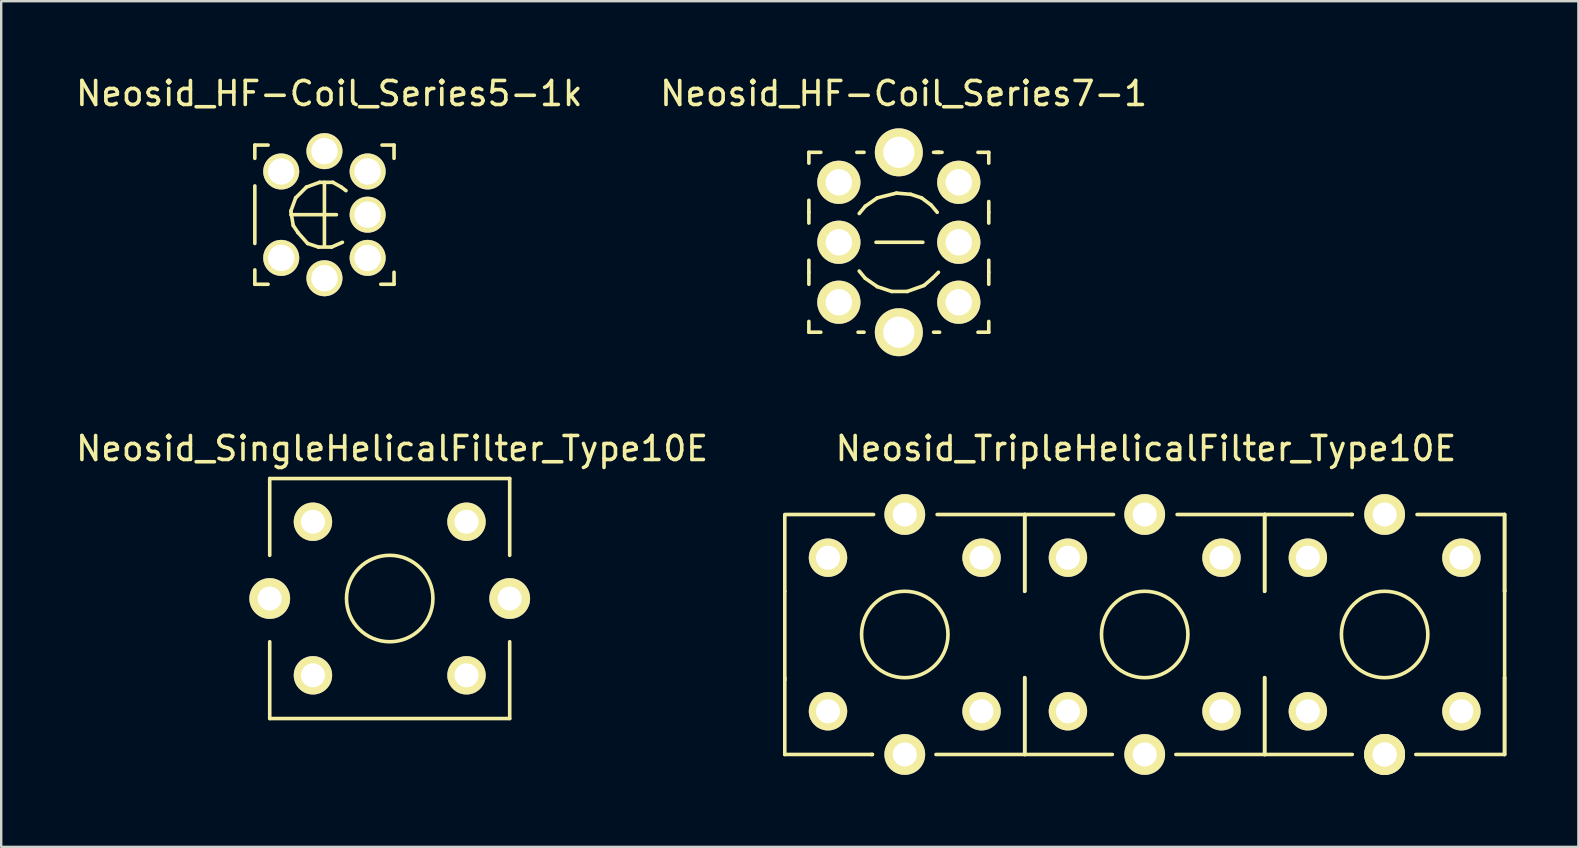
<source format=kicad_pcb>
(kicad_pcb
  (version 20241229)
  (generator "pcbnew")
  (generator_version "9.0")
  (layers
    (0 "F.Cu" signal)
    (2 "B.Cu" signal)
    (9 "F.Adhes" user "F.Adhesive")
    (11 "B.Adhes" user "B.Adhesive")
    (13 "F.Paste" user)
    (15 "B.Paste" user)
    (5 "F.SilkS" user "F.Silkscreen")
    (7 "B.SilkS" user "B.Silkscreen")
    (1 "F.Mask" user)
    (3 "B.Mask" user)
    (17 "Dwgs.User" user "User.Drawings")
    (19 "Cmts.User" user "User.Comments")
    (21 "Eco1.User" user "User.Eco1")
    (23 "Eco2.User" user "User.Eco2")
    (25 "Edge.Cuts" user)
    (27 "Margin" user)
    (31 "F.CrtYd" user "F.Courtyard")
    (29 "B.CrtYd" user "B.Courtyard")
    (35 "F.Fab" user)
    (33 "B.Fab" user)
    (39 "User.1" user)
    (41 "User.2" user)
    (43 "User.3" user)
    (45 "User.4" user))
  (footprint "Neosid_SingleHelicalFilter_Type10E"
    (layer "F.Cu")
    (at 13.193 21.896)
    (property "Reference" "Neosid_SingleHelicalFilter_Type10E" (at 0.099 -6.251 0) (layer "F.SilkS") (effects (font (size 1 1) (thickness 0.15))))
    (attr through_hole)
    (fp_line (start -5.001 -5.001) (end -5.001 -1.801) (stroke (width 0.15) (type solid)) (layer "F.SilkS"))
    (fp_line (start -5.001 1.801) (end -5.001 5.001) (stroke (width 0.15) (type solid)) (layer "F.SilkS"))
    (fp_line (start -5.001 5.001) (end 5.001 5.001) (stroke (width 0.15) (type solid)) (layer "F.SilkS"))
    (fp_line (start 5.001 -5.001) (end -5.001 -5.001) (stroke (width 0.15) (type solid)) (layer "F.SilkS"))
    (fp_line (start 5.001 -1.801) (end 5.001 -5.001) (stroke (width 0.15) (type solid)) (layer "F.SilkS"))
    (fp_line (start 5.001 5.001) (end 5.001 1.801) (stroke (width 0.15) (type solid)) (layer "F.SilkS"))
    (fp_circle (center 0 0) (end 1.801 0) (stroke (width 0.15) (type solid)) (fill no) (layer "F.SilkS"))
    (pad "1" thru_hole circle (at 3.2 3.2 90) (size 1.6 1.6) (drill 1.001) (layers "*.Cu" "*.Mask" "F.SilkS"))
    (pad "2" thru_hole circle (at 3.2 -3.2 90) (size 1.6 1.6) (drill 1.001) (layers "*.Cu" "*.Mask" "F.SilkS"))
    (pad "4" thru_hole circle (at -3.2 -3.2 90) (size 1.6 1.6) (drill 1.001) (layers "*.Cu" "*.Mask" "F.SilkS"))
    (pad "5" thru_hole circle (at -3.2 3.2 90) (size 1.6 1.6) (drill 1.001) (layers "*.Cu" "*.Mask" "F.SilkS"))
    (pad "~" thru_hole circle (at -5.001 0 90) (size 1.699 1.699) (drill 1.001) (layers "*.Cu" "*.Mask" "F.SilkS"))
    (pad "~" thru_hole circle (at 5.001 0 90) (size 1.699 1.699) (drill 1.001) (layers "*.Cu" "*.Mask" "F.SilkS")))
  (footprint "Neosid_HF-Coil_Series7-1"
    (layer "F.Cu")
    (at 34.412 7.048)
    (property "Reference" "Neosid_HF-Coil_Series7-1" (at 0.201 -6.2 0) (layer "F.SilkS") (effects (font (size 1 1) (thickness 0.15))))
    (attr through_hole)
    (fp_line (start -3.749 -3.749) (end -3.749 -3.299) (stroke (width 0.15) (type solid)) (layer "F.SilkS"))
    (fp_line (start -3.749 -3.749) (end -3.251 -3.749) (stroke (width 0.15) (type solid)) (layer "F.SilkS"))
    (fp_line (start -3.749 -1.25) (end -3.749 -1.75) (stroke (width 0.15) (type solid)) (layer "F.SilkS"))
    (fp_line (start -3.749 -1.25) (end -3.749 -0.8) (stroke (width 0.15) (type solid)) (layer "F.SilkS"))
    (fp_line (start -3.749 1.25) (end -3.749 0.749) (stroke (width 0.15) (type solid)) (layer "F.SilkS"))
    (fp_line (start -3.749 1.25) (end -3.749 1.75) (stroke (width 0.15) (type solid)) (layer "F.SilkS"))
    (fp_line (start -3.749 3.749) (end -3.749 3.299) (stroke (width 0.15) (type solid)) (layer "F.SilkS"))
    (fp_line (start -3.749 3.749) (end -3.251 3.749) (stroke (width 0.15) (type solid)) (layer "F.SilkS"))
    (fp_line (start -1.699 3.749) (end -1.45 3.749) (stroke (width 0.15) (type solid)) (layer "F.SilkS"))
    (fp_line (start -1.651 1.199) (end -1.4 1.501) (stroke (width 0.15) (type solid)) (layer "F.SilkS"))
    (fp_line (start -1.45 -3.749) (end -1.75 -3.749) (stroke (width 0.15) (type solid)) (layer "F.SilkS"))
    (fp_line (start -1.4 -1.501) (end -1.651 -1.199) (stroke (width 0.15) (type solid)) (layer "F.SilkS"))
    (fp_line (start -1.4 1.501) (end -0.899 1.849) (stroke (width 0.15) (type solid)) (layer "F.SilkS"))
    (fp_line (start -0.95 0) (end 1.001 0) (stroke (width 0.15) (type solid)) (layer "F.SilkS"))
    (fp_line (start -0.899 -1.849) (end -1.4 -1.501) (stroke (width 0.15) (type solid)) (layer "F.SilkS"))
    (fp_line (start -0.899 1.849) (end -0.3 2.05) (stroke (width 0.15) (type solid)) (layer "F.SilkS"))
    (fp_line (start -0.3 2.05) (end 0.351 2.05) (stroke (width 0.15) (type solid)) (layer "F.SilkS"))
    (fp_line (start -0.099 -2.05) (end -0.899 -1.849) (stroke (width 0.15) (type solid)) (layer "F.SilkS"))
    (fp_line (start 0.351 2.05) (end 1.049 1.801) (stroke (width 0.15) (type solid)) (layer "F.SilkS"))
    (fp_line (start 0.5 -1.999) (end -0.099 -2.05) (stroke (width 0.15) (type solid)) (layer "F.SilkS"))
    (fp_line (start 0.95 -1.849) (end 0.5 -1.999) (stroke (width 0.15) (type solid)) (layer "F.SilkS"))
    (fp_line (start 1.049 1.801) (end 1.4 1.501) (stroke (width 0.15) (type solid)) (layer "F.SilkS"))
    (fp_line (start 1.349 -1.549) (end 0.95 -1.849) (stroke (width 0.15) (type solid)) (layer "F.SilkS"))
    (fp_line (start 1.4 1.501) (end 1.651 1.25) (stroke (width 0.15) (type solid)) (layer "F.SilkS"))
    (fp_line (start 1.45 3.749) (end 1.699 3.749) (stroke (width 0.15) (type solid)) (layer "F.SilkS"))
    (fp_line (start 1.549 -3.749) (end 1.651 -3.749) (stroke (width 0.15) (type solid)) (layer "F.SilkS"))
    (fp_line (start 1.6 -1.25) (end 1.349 -1.549) (stroke (width 0.15) (type solid)) (layer "F.SilkS"))
    (fp_line (start 1.651 -3.749) (end 1.801 -3.749) (stroke (width 0.15) (type solid)) (layer "F.SilkS"))
    (fp_line (start 1.699 -3.749) (end 1.448 -3.749) (stroke (width 0.15) (type solid)) (layer "F.SilkS"))
    (fp_line (start 3.749 -3.749) (end 3.299 -3.749) (stroke (width 0.15) (type solid)) (layer "F.SilkS"))
    (fp_line (start 3.749 -3.749) (end 3.749 -3.299) (stroke (width 0.15) (type solid)) (layer "F.SilkS"))
    (fp_line (start 3.749 -1.25) (end 3.749 -1.699) (stroke (width 0.15) (type solid)) (layer "F.SilkS"))
    (fp_line (start 3.749 -1.25) (end 3.749 -0.8) (stroke (width 0.15) (type solid)) (layer "F.SilkS"))
    (fp_line (start 3.749 1.25) (end 3.749 0.749) (stroke (width 0.15) (type solid)) (layer "F.SilkS"))
    (fp_line (start 3.749 1.25) (end 3.749 1.75) (stroke (width 0.15) (type solid)) (layer "F.SilkS"))
    (fp_line (start 3.749 3.749) (end 3.299 3.749) (stroke (width 0.15) (type solid)) (layer "F.SilkS"))
    (fp_line (start 3.749 3.749) (end 3.749 3.299) (stroke (width 0.15) (type solid)) (layer "F.SilkS"))
    (pad "1" thru_hole circle (at -2.499 -2.499 90) (size 1.801 1.801) (drill 1.1) (layers "*.Cu" "*.Mask" "F.SilkS"))
    (pad "2" thru_hole circle (at -2.499 0 90) (size 1.801 1.801) (drill 1.1) (layers "*.Cu" "*.Mask" "F.SilkS"))
    (pad "3" thru_hole circle (at -2.499 2.499 90) (size 1.801 1.801) (drill 1.1) (layers "*.Cu" "*.Mask" "F.SilkS"))
    (pad "4" thru_hole circle (at 2.499 2.499 90) (size 1.801 1.801) (drill 1.1) (layers "*.Cu" "*.Mask" "F.SilkS"))
    (pad "5" thru_hole circle (at 2.499 0 90) (size 1.801 1.801) (drill 1.1) (layers "*.Cu" "*.Mask" "F.SilkS"))
    (pad "6" thru_hole circle (at 2.499 -2.499 90) (size 1.801 1.801) (drill 1.1) (layers "*.Cu" "*.Mask" "F.SilkS"))
    (pad "~" thru_hole circle (at 0 -3.749 90) (size 1.999 1.999) (drill 1.3) (layers "*.Cu" "*.Mask" "F.SilkS"))
    (pad "~" thru_hole circle (at 0 3.749 90) (size 1.999 1.999) (drill 1.3) (layers "*.Cu" "*.Mask" "F.SilkS")))
  (footprint "Neosid_HF-Coil_Series5-1k"
    (layer "F.Cu")
    (at 10.472 5.898)
    (property "Reference" "Neosid_HF-Coil_Series5-1k" (at 0.201 -5.05 0) (layer "F.SilkS") (effects (font (size 1 1) (thickness 0.15))))
    (attr through_hole)
    (fp_line (start -2.901 -2.901) (end -2.901 -2.349) (stroke (width 0.15) (type solid)) (layer "F.SilkS"))
    (fp_line (start -2.901 -2.901) (end -2.349 -2.901) (stroke (width 0.15) (type solid)) (layer "F.SilkS"))
    (fp_line (start -2.901 1.199) (end -2.901 -1.199) (stroke (width 0.15) (type solid)) (layer "F.SilkS"))
    (fp_line (start -2.901 2.901) (end -2.901 2.301) (stroke (width 0.15) (type solid)) (layer "F.SilkS"))
    (fp_line (start -2.901 2.901) (end -2.349 2.901) (stroke (width 0.15) (type solid)) (layer "F.SilkS"))
    (fp_line (start -1.4 -0.15) (end -1.3 0.45) (stroke (width 0.15) (type solid)) (layer "F.SilkS"))
    (fp_line (start -1.4 0) (end 0.5 0) (stroke (width 0.15) (type solid)) (layer "F.SilkS"))
    (fp_line (start -1.3 0.45) (end -1.1 0.749) (stroke (width 0.15) (type solid)) (layer "F.SilkS"))
    (fp_line (start -1.199 -0.701) (end -1.4 -0.15) (stroke (width 0.15) (type solid)) (layer "F.SilkS"))
    (fp_line (start -1.1 0.749) (end -0.701 1.199) (stroke (width 0.15) (type solid)) (layer "F.SilkS"))
    (fp_line (start -0.749 -1.151) (end -1.199 -0.701) (stroke (width 0.15) (type solid)) (layer "F.SilkS"))
    (fp_line (start -0.701 1.199) (end -0.249 1.349) (stroke (width 0.15) (type solid)) (layer "F.SilkS"))
    (fp_line (start -0.249 1.349) (end 0.3 1.349) (stroke (width 0.15) (type solid)) (layer "F.SilkS"))
    (fp_line (start -0.201 -1.349) (end -0.749 -1.151) (stroke (width 0.15) (type solid)) (layer "F.SilkS"))
    (fp_line (start 0 -1.349) (end 0 1.3) (stroke (width 0.15) (type solid)) (layer "F.SilkS"))
    (fp_line (start 0.3 1.349) (end 0.749 1.151) (stroke (width 0.15) (type solid)) (layer "F.SilkS"))
    (fp_line (start 0.351 -1.349) (end -0.201 -1.349) (stroke (width 0.15) (type solid)) (layer "F.SilkS"))
    (fp_line (start 0.701 -1.151) (end 0.351 -1.349) (stroke (width 0.15) (type solid)) (layer "F.SilkS"))
    (fp_line (start 0.899 -1.001) (end 0.701 -1.151) (stroke (width 0.15) (type solid)) (layer "F.SilkS"))
    (fp_line (start 2.901 -2.901) (end 2.4 -2.901) (stroke (width 0.15) (type solid)) (layer "F.SilkS"))
    (fp_line (start 2.901 -2.901) (end 2.901 -2.349) (stroke (width 0.15) (type solid)) (layer "F.SilkS"))
    (fp_line (start 2.901 2.901) (end 2.349 2.901) (stroke (width 0.15) (type solid)) (layer "F.SilkS"))
    (fp_line (start 2.901 2.901) (end 2.901 2.4) (stroke (width 0.15) (type solid)) (layer "F.SilkS"))
    (pad "1" thru_hole circle (at -1.801 -1.801 90) (size 1.501 1.501) (drill 1.1) (layers "*.Cu" "*.Mask" "F.SilkS"))
    (pad "2" thru_hole circle (at 0 -2.649 90) (size 1.501 1.501) (drill 1.1) (layers "*.Cu" "*.Mask" "F.SilkS"))
    (pad "2" thru_hole circle (at 1.801 -1.801 90) (size 1.501 1.501) (drill 1.1) (layers "*.Cu" "*.Mask" "F.SilkS"))
    (pad "3" thru_hole circle (at 1.801 0 90) (size 1.501 1.501) (drill 1.1) (layers "*.Cu" "*.Mask" "F.SilkS"))
    (pad "4" thru_hole circle (at 1.801 1.801 90) (size 1.501 1.501) (drill 1.1) (layers "*.Cu" "*.Mask" "F.SilkS"))
    (pad "5" thru_hole circle (at 0 2.649 90) (size 1.501 1.501) (drill 1.1) (layers "*.Cu" "*.Mask" "F.SilkS"))
    (pad "6" thru_hole circle (at -1.801 1.801 90) (size 1.501 1.501) (drill 1.1) (layers "*.Cu" "*.Mask" "F.SilkS")))
  (footprint "Neosid_TripleHelicalFilter_Type10E"
    (layer "F.Cu")
    (at 44.66 23.395)
    (property "Reference" "Neosid_TripleHelicalFilter_Type10E" (at 0.051 -7.75 0) (layer "F.SilkS") (effects (font (size 1 1) (thickness 0.15))))
    (attr through_hole)
    (fp_line (start -15.001 -5.001) (end -15.001 -1.801) (stroke (width 0.15) (type solid)) (layer "F.SilkS"))
    (fp_line (start -15.001 -1.801) (end -15.001 1.9) (stroke (width 0.15) (type solid)) (layer "F.SilkS"))
    (fp_line (start -15.001 1.801) (end -15.001 5.001) (stroke (width 0.15) (type solid)) (layer "F.SilkS"))
    (fp_line (start -15.001 5.001) (end -11.349 5.001) (stroke (width 0.15) (type solid)) (layer "F.SilkS"))
    (fp_line (start -11.349 5.001) (end -11.4 5.001) (stroke (width 0.15) (type solid)) (layer "F.SilkS"))
    (fp_line (start -11.3 -5.001) (end -14.95 -5.001) (stroke (width 0.15) (type solid)) (layer "F.SilkS"))
    (fp_line (start -8.7 5.001) (end -1.349 5.001) (stroke (width 0.15) (type solid)) (layer "F.SilkS"))
    (fp_line (start -5.001 -5.001) (end -5.001 -1.801) (stroke (width 0.15) (type solid)) (layer "F.SilkS"))
    (fp_line (start -5.001 1.801) (end -5.001 5.001) (stroke (width 0.15) (type solid)) (layer "F.SilkS"))
    (fp_line (start -4.999 -1.801) (end -4.999 -5.001) (stroke (width 0.15) (type solid)) (layer "F.SilkS"))
    (fp_line (start -4.999 5.001) (end -4.999 1.801) (stroke (width 0.15) (type solid)) (layer "F.SilkS"))
    (fp_line (start -1.3 -5.001) (end -8.651 -5.001) (stroke (width 0.15) (type solid)) (layer "F.SilkS"))
    (fp_line (start 1.3 5.001) (end 5.001 5.001) (stroke (width 0.15) (type solid)) (layer "F.SilkS"))
    (fp_line (start 4.999 -5.001) (end 4.999 -1.801) (stroke (width 0.15) (type solid)) (layer "F.SilkS"))
    (fp_line (start 4.999 1.801) (end 4.999 5.001) (stroke (width 0.15) (type solid)) (layer "F.SilkS"))
    (fp_line (start 5.001 -5.001) (end 1.351 -5.001) (stroke (width 0.15) (type solid)) (layer "F.SilkS"))
    (fp_line (start 5.001 -5.001) (end 8.651 -5.001) (stroke (width 0.15) (type solid)) (layer "F.SilkS"))
    (fp_line (start 5.001 -1.801) (end 5.001 -5.001) (stroke (width 0.15) (type solid)) (layer "F.SilkS"))
    (fp_line (start 5.001 5.001) (end 5.001 1.801) (stroke (width 0.15) (type solid)) (layer "F.SilkS"))
    (fp_line (start 5.001 5.001) (end 8.651 5.001) (stroke (width 0.15) (type solid)) (layer "F.SilkS"))
    (fp_line (start 8.651 -5.001) (end 8.6 -5.001) (stroke (width 0.15) (type solid)) (layer "F.SilkS"))
    (fp_line (start 11.3 5.001) (end 15.001 5.001) (stroke (width 0.15) (type solid)) (layer "F.SilkS"))
    (fp_line (start 11.351 -5.001) (end 15.001 -5.001) (stroke (width 0.15) (type solid)) (layer "F.SilkS"))
    (fp_line (start 14.999 -5.001) (end 14.999 -1.801) (stroke (width 0.15) (type solid)) (layer "F.SilkS"))
    (fp_line (start 14.999 1.801) (end 14.999 5.001) (stroke (width 0.15) (type solid)) (layer "F.SilkS"))
    (fp_line (start 15.001 -1.849) (end 15.001 1.801) (stroke (width 0.15) (type solid)) (layer "F.SilkS"))
    (fp_line (start 15.001 -1.801) (end 15.001 -5.001) (stroke (width 0.15) (type solid)) (layer "F.SilkS"))
    (fp_line (start 15.001 5.001) (end 15.001 1.801) (stroke (width 0.15) (type solid)) (layer "F.SilkS"))
    (fp_circle (center -10 0) (end -8.199 0) (stroke (width 0.15) (type solid)) (fill no) (layer "F.SilkS"))
    (fp_circle (center 0 0) (end 1.801 0) (stroke (width 0.15) (type solid)) (fill no) (layer "F.SilkS"))
    (fp_circle (center 10 0) (end 11.801 0) (stroke (width 0.15) (type solid)) (fill no) (layer "F.SilkS"))
    (pad "1" thru_hole circle (at -6.8 3.2 90) (size 1.6 1.6) (drill 1.001) (layers "*.Cu" "*.Mask" "F.SilkS"))
    (pad "2" thru_hole circle (at -6.8 -3.2 90) (size 1.6 1.6) (drill 1.001) (layers "*.Cu" "*.Mask" "F.SilkS"))
    (pad "4" thru_hole circle (at -13.2 -3.2 90) (size 1.6 1.6) (drill 1.001) (layers "*.Cu" "*.Mask" "F.SilkS"))
    (pad "5" thru_hole circle (at -13.2 3.2 90) (size 1.6 1.6) (drill 1.001) (layers "*.Cu" "*.Mask" "F.SilkS"))
    (pad "21" thru_hole circle (at 3.2 3.2 90) (size 1.6 1.6) (drill 1.001) (layers "*.Cu" "*.Mask" "F.SilkS"))
    (pad "22" thru_hole circle (at 3.2 -3.2 90) (size 1.6 1.6) (drill 1.001) (layers "*.Cu" "*.Mask" "F.SilkS"))
    (pad "24" thru_hole circle (at -3.2 -3.2 90) (size 1.6 1.6) (drill 1.001) (layers "*.Cu" "*.Mask" "F.SilkS"))
    (pad "25" thru_hole circle (at -3.2 3.2 90) (size 1.6 1.6) (drill 1.001) (layers "*.Cu" "*.Mask" "F.SilkS"))
    (pad "31" thru_hole circle (at 13.2 3.2 90) (size 1.6 1.6) (drill 1.001) (layers "*.Cu" "*.Mask" "F.SilkS"))
    (pad "32" thru_hole circle (at 13.2 -3.2 90) (size 1.6 1.6) (drill 1.001) (layers "*.Cu" "*.Mask" "F.SilkS"))
    (pad "34" thru_hole circle (at 6.8 -3.2 90) (size 1.6 1.6) (drill 1.001) (layers "*.Cu" "*.Mask" "F.SilkS"))
    (pad "35" thru_hole circle (at 6.8 3.2 90) (size 1.6 1.6) (drill 1.001) (layers "*.Cu" "*.Mask" "F.SilkS"))
    (pad "~" thru_hole circle (at -10 -5.001 90) (size 1.699 1.699) (drill 1.001) (layers "*.Cu" "*.Mask" "F.SilkS"))
    (pad "~" thru_hole circle (at -10 5.001 90) (size 1.699 1.699) (drill 1.001) (layers "*.Cu" "*.Mask" "F.SilkS"))
    (pad "~" thru_hole circle (at 0 -5.001 90) (size 1.699 1.699) (drill 1.001) (layers "*.Cu" "*.Mask" "F.SilkS"))
    (pad "~" thru_hole circle (at 0 5.001 90) (size 1.699 1.699) (drill 1.001) (layers "*.Cu" "*.Mask" "F.SilkS"))
    (pad "~" thru_hole circle (at 10 -5.001 90) (size 1.699 1.699) (drill 1.001) (layers "*.Cu" "*.Mask" "F.SilkS"))
    (pad "~" thru_hole circle (at 10 5.001 90) (size 1.699 1.699) (drill 1.001) (layers "*.Cu" "*.Mask" "F.SilkS"))
    (pad "~" thru_hole circle (at 10 5.001 90) (size 1.699 1.699) (drill 1.001) (layers "*.Cu" "*.Mask" "F.SilkS")))
  (gr_rect
    (start -3 -3)
    (end 62.736 32.246)
    (stroke (width 0.1) (type default))
    (fill no)
    (layer "Edge.Cuts")))
</source>
